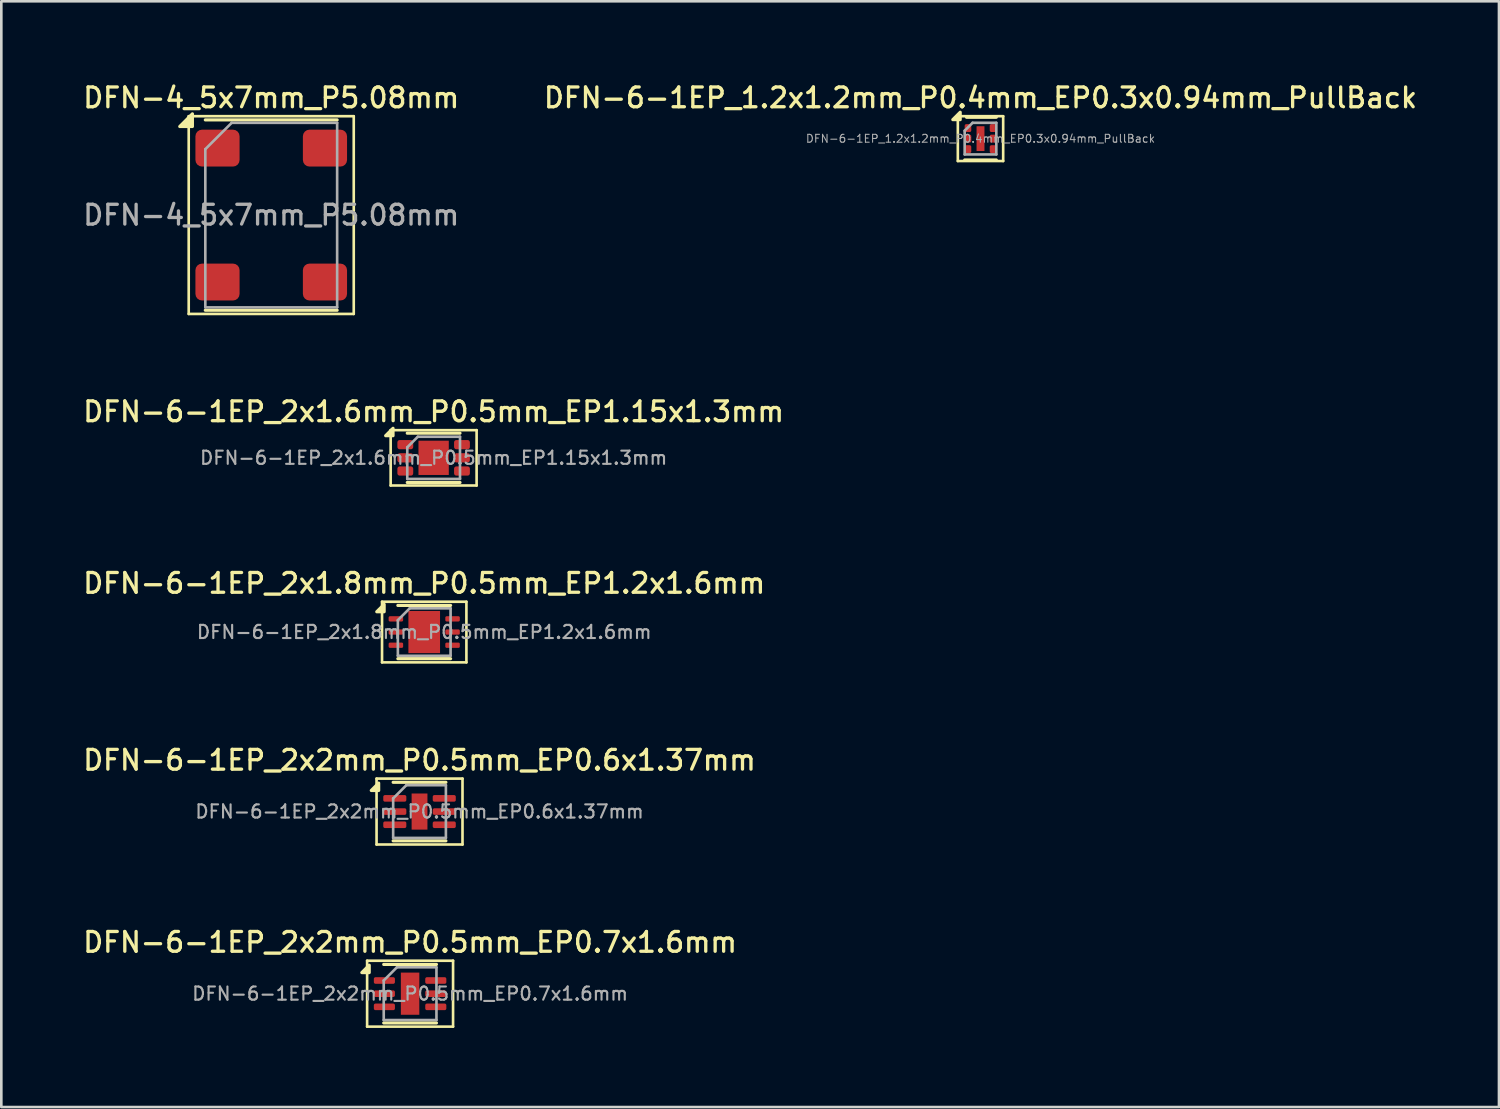
<source format=kicad_pcb>
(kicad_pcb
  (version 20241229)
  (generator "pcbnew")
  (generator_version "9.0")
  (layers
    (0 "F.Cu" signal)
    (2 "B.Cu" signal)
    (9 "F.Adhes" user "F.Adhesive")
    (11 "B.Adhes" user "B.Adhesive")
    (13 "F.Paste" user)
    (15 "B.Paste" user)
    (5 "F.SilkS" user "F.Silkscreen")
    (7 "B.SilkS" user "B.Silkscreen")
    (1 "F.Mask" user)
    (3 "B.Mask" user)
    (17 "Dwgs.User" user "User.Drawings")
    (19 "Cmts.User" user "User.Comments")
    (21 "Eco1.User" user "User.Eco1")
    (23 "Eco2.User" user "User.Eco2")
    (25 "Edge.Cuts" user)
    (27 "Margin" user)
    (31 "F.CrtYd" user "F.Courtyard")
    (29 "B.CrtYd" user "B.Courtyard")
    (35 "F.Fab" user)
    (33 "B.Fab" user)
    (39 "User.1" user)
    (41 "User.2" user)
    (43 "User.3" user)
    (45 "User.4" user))
  (footprint "DFN-6-1EP_1.2x1.2mm_P0.4mm_EP0.3x0.94mm_PullBack"
    (layer "F.Cu")
    (at 34.141 2.208)
    (property "Reference" "DFN-6-1EP_1.2x1.2mm_P0.4mm_EP0.3x0.94mm_PullBack" (at 0 -1.55 0) (layer "F.SilkS") (effects (font (size 0.75 0.75) (thickness 0.125))))
    (attr smd)
    (fp_line (start -0.86 -0.85) (end -0.86 0.85) (stroke (width 0.1) (type solid)) (layer "F.SilkS"))
    (fp_line (start -0.86 0.85) (end 0.86 0.85) (stroke (width 0.1) (type solid)) (layer "F.SilkS"))
    (fp_line (start -0.6 0.81) (end 0.6 0.81) (stroke (width 0.12) (type solid)) (layer "F.SilkS"))
    (fp_line (start -0.53 -0.81) (end 0.6 -0.81) (stroke (width 0.12) (type solid)) (layer "F.SilkS"))
    (fp_line (start 0.86 -0.85) (end -0.86 -0.85) (stroke (width 0.1) (type solid)) (layer "F.SilkS"))
    (fp_line (start 0.86 0.85) (end 0.86 -0.85) (stroke (width 0.1) (type solid)) (layer "F.SilkS"))
    (fp_poly (pts (xy -0.77 -0.72) (xy -1.05 -0.72) (xy -0.77 -1) (xy -0.77 -0.72)) (stroke (width 0.12) (type solid)) (fill yes) (layer "F.SilkS"))
    (fp_line (start -0.6 -0.3) (end -0.3 -0.6) (stroke (width 0.1) (type solid)) (layer "F.Fab"))
    (fp_line (start -0.6 0.6) (end -0.6 -0.3) (stroke (width 0.1) (type solid)) (layer "F.Fab"))
    (fp_line (start -0.3 -0.6) (end 0.6 -0.6) (stroke (width 0.1) (type solid)) (layer "F.Fab"))
    (fp_line (start 0.6 -0.6) (end 0.6 0.6) (stroke (width 0.1) (type solid)) (layer "F.Fab"))
    (fp_line (start 0.6 0.6) (end -0.6 0.6) (stroke (width 0.1) (type solid)) (layer "F.Fab"))
    (fp_text user "${REFERENCE}" (at 0 0 0) (layer "F.Fab") (effects (font (size 0.3 0.3) (thickness 0.04))))
    (pad "" smd roundrect (at 0 -0.235) (size 0.24 0.38) (layers "F.Paste") (roundrect_rratio 0.25))
    (pad "" smd roundrect (at 0 0.235) (size 0.24 0.38) (layers "F.Paste") (roundrect_rratio 0.25))
    (pad "1" smd roundrect (at -0.475 -0.4) (size 0.25 0.3) (layers "F.Cu" "F.Mask" "F.Paste") (roundrect_rratio 0.25))
    (pad "2" smd roundrect (at -0.475 0) (size 0.25 0.3) (layers "F.Cu" "F.Mask" "F.Paste") (roundrect_rratio 0.25))
    (pad "3" smd roundrect (at -0.475 0.4) (size 0.25 0.3) (layers "F.Cu" "F.Mask" "F.Paste") (roundrect_rratio 0.25))
    (pad "4" smd roundrect (at 0.475 0.4) (size 0.25 0.3) (layers "F.Cu" "F.Mask" "F.Paste") (roundrect_rratio 0.25))
    (pad "5" smd roundrect (at 0.475 0) (size 0.25 0.3) (layers "F.Cu" "F.Mask" "F.Paste") (roundrect_rratio 0.25))
    (pad "6" smd roundrect (at 0.475 -0.4) (size 0.25 0.3) (layers "F.Cu" "F.Mask" "F.Paste") (roundrect_rratio 0.25))
    (pad "7" smd rect (at 0 0) (size 0.3 0.94) (property pad_prop_heatsink) (layers "F.Cu" "F.Mask")))
  (footprint "DFN-6-1EP_2x2mm_P0.5mm_EP0.7x1.6mm"
    (layer "F.Cu")
    (at 12.505 34.641)
    (property "Reference" "DFN-6-1EP_2x2mm_P0.5mm_EP0.7x1.6mm" (at 0 -1.95 0) (layer "F.SilkS") (effects (font (size 0.75 0.75) (thickness 0.125))))
    (attr smd)
    (fp_line (start -1.63 -1.25) (end -1.63 1.25) (stroke (width 0.1) (type solid)) (layer "F.SilkS"))
    (fp_line (start -1.63 1.25) (end 1.63 1.25) (stroke (width 0.1) (type solid)) (layer "F.SilkS"))
    (fp_line (start -1 -1.11) (end 1 -1.11) (stroke (width 0.12) (type solid)) (layer "F.SilkS"))
    (fp_line (start -1 1.11) (end 1 1.11) (stroke (width 0.12) (type solid)) (layer "F.SilkS"))
    (fp_line (start 1.63 -1.25) (end -1.63 -1.25) (stroke (width 0.1) (type solid)) (layer "F.SilkS"))
    (fp_line (start 1.63 1.25) (end 1.63 -1.25) (stroke (width 0.1) (type solid)) (layer "F.SilkS"))
    (fp_poly (pts (xy -1.55 -0.8) (xy -1.83 -0.8) (xy -1.55 -1.08) (xy -1.55 -0.8)) (stroke (width 0.12) (type solid)) (fill yes) (layer "F.SilkS"))
    (fp_line (start -1 -0.5) (end -0.5 -1) (stroke (width 0.1) (type solid)) (layer "F.Fab"))
    (fp_line (start -1 1) (end -1 -0.5) (stroke (width 0.1) (type solid)) (layer "F.Fab"))
    (fp_line (start -0.5 -1) (end 1 -1) (stroke (width 0.1) (type solid)) (layer "F.Fab"))
    (fp_line (start 1 -1) (end 1 1) (stroke (width 0.1) (type solid)) (layer "F.Fab"))
    (fp_line (start 1 1) (end -1 1) (stroke (width 0.1) (type solid)) (layer "F.Fab"))
    (fp_text user "${REFERENCE}" (at 0 0 0) (layer "F.Fab") (effects (font (size 0.5 0.5) (thickness 0.08))))
    (pad "" smd roundrect (at 0 -0.4) (size 0.56 0.64) (layers "F.Paste") (roundrect_rratio 0.25))
    (pad "" smd roundrect (at 0 0.4) (size 0.56 0.64) (layers "F.Paste") (roundrect_rratio 0.25))
    (pad "1" smd roundrect (at -0.975 -0.5) (size 0.8 0.25) (layers "F.Cu" "F.Mask" "F.Paste") (roundrect_rratio 0.25))
    (pad "2" smd roundrect (at -0.975 0) (size 0.8 0.25) (layers "F.Cu" "F.Mask" "F.Paste") (roundrect_rratio 0.25))
    (pad "3" smd roundrect (at -0.975 0.5) (size 0.8 0.25) (layers "F.Cu" "F.Mask" "F.Paste") (roundrect_rratio 0.25))
    (pad "4" smd roundrect (at 0.975 0.5) (size 0.8 0.25) (layers "F.Cu" "F.Mask" "F.Paste") (roundrect_rratio 0.25))
    (pad "5" smd roundrect (at 0.975 0) (size 0.8 0.25) (layers "F.Cu" "F.Mask" "F.Paste") (roundrect_rratio 0.25))
    (pad "6" smd roundrect (at 0.975 -0.5) (size 0.8 0.25) (layers "F.Cu" "F.Mask" "F.Paste") (roundrect_rratio 0.25))
    (pad "7" smd rect (at 0 0) (size 0.7 1.6) (property pad_prop_heatsink) (layers "F.Cu" "F.Mask")))
  (footprint "DFN-4_5x7mm_P5.08mm"
    (layer "F.Cu")
    (at 7.238 5.108)
    (property "Reference" "DFN-4_5x7mm_P5.08mm" (at 0 -4.45 0) (layer "F.SilkS") (effects (font (size 0.75 0.75) (thickness 0.125))))
    (attr smd)
    (fp_line (start -3.13 -3.75) (end -3.13 3.75) (stroke (width 0.1) (type solid)) (layer "F.SilkS"))
    (fp_line (start -3.13 3.75) (end 3.13 3.75) (stroke (width 0.1) (type solid)) (layer "F.SilkS"))
    (fp_line (start -2.5 -3.61) (end 2.5 -3.61) (stroke (width 0.12) (type solid)) (layer "F.SilkS"))
    (fp_line (start -2.5 3.61) (end 2.5 3.61) (stroke (width 0.12) (type solid)) (layer "F.SilkS"))
    (fp_line (start 3.13 -3.75) (end -3.13 -3.75) (stroke (width 0.1) (type solid)) (layer "F.SilkS"))
    (fp_line (start 3.13 3.75) (end 3.13 -3.75) (stroke (width 0.1) (type solid)) (layer "F.SilkS"))
    (fp_poly (pts (xy -2.99 -3.36) (xy -3.47 -3.36) (xy -2.99 -3.84) (xy -2.99 -3.36)) (stroke (width 0.12) (type solid)) (fill yes) (layer "F.SilkS"))
    (fp_line (start -2.5 -2.5) (end -1.5 -3.5) (stroke (width 0.1) (type solid)) (layer "F.Fab"))
    (fp_line (start -2.5 3.5) (end -2.5 -2.5) (stroke (width 0.1) (type solid)) (layer "F.Fab"))
    (fp_line (start -1.5 -3.5) (end 2.5 -3.5) (stroke (width 0.1) (type solid)) (layer "F.Fab"))
    (fp_line (start 2.5 -3.5) (end 2.5 3.5) (stroke (width 0.1) (type solid)) (layer "F.Fab"))
    (fp_line (start 2.5 3.5) (end -2.5 3.5) (stroke (width 0.1) (type solid)) (layer "F.Fab"))
    (fp_text user "${REFERENCE}" (at 0 0 0) (layer "F.Fab") (effects (font (size 0.75 0.75) (thickness 0.125))))
    (pad "1" smd roundrect (at -2.038 -2.54) (size 1.675 1.4) (layers "F.Cu" "F.Mask" "F.Paste") (roundrect_rratio 0.179))
    (pad "2" smd roundrect (at -2.038 2.54) (size 1.675 1.4) (layers "F.Cu" "F.Mask" "F.Paste") (roundrect_rratio 0.179))
    (pad "3" smd roundrect (at 2.038 2.54) (size 1.675 1.4) (layers "F.Cu" "F.Mask" "F.Paste") (roundrect_rratio 0.179))
    (pad "4" smd roundrect (at 2.038 -2.54) (size 1.675 1.4) (layers "F.Cu" "F.Mask" "F.Paste") (roundrect_rratio 0.179))
    (zone (net_name "") (layer "F.Cu") (name "Keepout") (hatch edge 0.5) (connect_pads) (min_thickness 0.25) (filled_areas_thickness no) (keepout (tracks not_allowed) (vias not_allowed) (pads allowed) (copperpour not_allowed) (footprints allowed)) (placement (enabled no)) (fill) (polygon (pts (xy 5.338 3.858) (xy 9.138 3.858) (xy 9.138 6.358) (xy 5.338 6.358)))))
  (footprint "DFN-6-1EP_2x1.6mm_P0.5mm_EP1.15x1.3mm"
    (layer "F.Cu")
    (at 13.398 14.316)
    (property "Reference" "DFN-6-1EP_2x1.6mm_P0.5mm_EP1.15x1.3mm" (at 0 -1.75 0) (layer "F.SilkS") (effects (font (size 0.75 0.75) (thickness 0.125))))
    (attr smd)
    (fp_line (start -1.63 -1.05) (end -1.63 1.05) (stroke (width 0.1) (type solid)) (layer "F.SilkS"))
    (fp_line (start -1.63 1.05) (end 1.63 1.05) (stroke (width 0.1) (type solid)) (layer "F.SilkS"))
    (fp_line (start -1 -0.935) (end 1 -0.935) (stroke (width 0.12) (type solid)) (layer "F.SilkS"))
    (fp_line (start -1 0.935) (end 1 0.935) (stroke (width 0.12) (type solid)) (layer "F.SilkS"))
    (fp_line (start 1.63 -1.05) (end -1.63 -1.05) (stroke (width 0.1) (type solid)) (layer "F.SilkS"))
    (fp_line (start 1.63 1.05) (end 1.63 -1.05) (stroke (width 0.1) (type solid)) (layer "F.SilkS"))
    (fp_poly (pts (xy -1.54 -0.84) (xy -1.82 -0.84) (xy -1.54 -1.12) (xy -1.54 -0.84)) (stroke (width 0.12) (type solid)) (fill yes) (layer "F.SilkS"))
    (fp_line (start -1 -0.4) (end -0.6 -0.8) (stroke (width 0.1) (type solid)) (layer "F.Fab"))
    (fp_line (start -1 0.8) (end -1 -0.4) (stroke (width 0.1) (type solid)) (layer "F.Fab"))
    (fp_line (start -0.6 -0.8) (end 1 -0.8) (stroke (width 0.1) (type solid)) (layer "F.Fab"))
    (fp_line (start 1 -0.8) (end 1 0.8) (stroke (width 0.1) (type solid)) (layer "F.Fab"))
    (fp_line (start 1 0.8) (end -1 0.8) (stroke (width 0.1) (type solid)) (layer "F.Fab"))
    (fp_text user "${REFERENCE}" (at 0 0 0) (layer "F.Fab") (effects (font (size 0.5 0.5) (thickness 0.08))))
    (pad "" smd roundrect (at 0 -0.325) (size 0.93 0.52) (layers "F.Paste") (roundrect_rratio 0.25))
    (pad "" smd roundrect (at 0 0.325) (size 0.93 0.52) (layers "F.Paste") (roundrect_rratio 0.25))
    (pad "1" smd roundrect (at -1.075 -0.5) (size 0.6 0.35) (layers "F.Cu" "F.Mask" "F.Paste") (roundrect_rratio 0.25))
    (pad "2" smd roundrect (at -1.075 0) (size 0.6 0.35) (layers "F.Cu" "F.Mask" "F.Paste") (roundrect_rratio 0.25))
    (pad "3" smd roundrect (at -1.075 0.5) (size 0.6 0.35) (layers "F.Cu" "F.Mask" "F.Paste") (roundrect_rratio 0.25))
    (pad "4" smd roundrect (at 1.075 0.5) (size 0.6 0.35) (layers "F.Cu" "F.Mask" "F.Paste") (roundrect_rratio 0.25))
    (pad "5" smd roundrect (at 1.075 0) (size 0.6 0.35) (layers "F.Cu" "F.Mask" "F.Paste") (roundrect_rratio 0.25))
    (pad "6" smd roundrect (at 1.075 -0.5) (size 0.6 0.35) (layers "F.Cu" "F.Mask" "F.Paste") (roundrect_rratio 0.25))
    (pad "7" smd rect (at 0 0) (size 1.15 1.3) (property pad_prop_heatsink) (layers "F.Cu" "F.Mask")))
  (footprint "DFN-6-1EP_2x1.8mm_P0.5mm_EP1.2x1.6mm"
    (layer "F.Cu")
    (at 13.041 20.924)
    (property "Reference" "DFN-6-1EP_2x1.8mm_P0.5mm_EP1.2x1.6mm" (at 0 -1.85 0) (layer "F.SilkS") (effects (font (size 0.75 0.75) (thickness 0.125))))
    (attr smd)
    (fp_line (start -1.6 -1.15) (end -1.6 1.15) (stroke (width 0.1) (type solid)) (layer "F.SilkS"))
    (fp_line (start -1.6 1.15) (end 1.6 1.15) (stroke (width 0.1) (type solid)) (layer "F.SilkS"))
    (fp_line (start -1 -1.01) (end 1 -1.01) (stroke (width 0.12) (type solid)) (layer "F.SilkS"))
    (fp_line (start -1 1.01) (end 1 1.01) (stroke (width 0.12) (type solid)) (layer "F.SilkS"))
    (fp_line (start 1.6 -1.15) (end -1.6 -1.15) (stroke (width 0.1) (type solid)) (layer "F.SilkS"))
    (fp_line (start 1.6 1.15) (end 1.6 -1.15) (stroke (width 0.1) (type solid)) (layer "F.SilkS"))
    (fp_poly (pts (xy -1.52 -0.77) (xy -1.8 -0.77) (xy -1.52 -1.05) (xy -1.52 -0.77)) (stroke (width 0.12) (type solid)) (fill yes) (layer "F.SilkS"))
    (fp_line (start -1 -0.45) (end -0.55 -0.9) (stroke (width 0.1) (type solid)) (layer "F.Fab"))
    (fp_line (start -1 0.9) (end -1 -0.45) (stroke (width 0.1) (type solid)) (layer "F.Fab"))
    (fp_line (start -0.55 -0.9) (end 1 -0.9) (stroke (width 0.1) (type solid)) (layer "F.Fab"))
    (fp_line (start 1 -0.9) (end 1 0.9) (stroke (width 0.1) (type solid)) (layer "F.Fab"))
    (fp_line (start 1 0.9) (end -1 0.9) (stroke (width 0.1) (type solid)) (layer "F.Fab"))
    (fp_text user "${REFERENCE}" (at 0 0 0) (layer "F.Fab") (effects (font (size 0.5 0.5) (thickness 0.08))))
    (pad "" smd roundrect (at -0.3 -0.4) (size 0.48 0.64) (layers "F.Paste") (roundrect_rratio 0.25))
    (pad "" smd roundrect (at -0.3 0.4) (size 0.48 0.64) (layers "F.Paste") (roundrect_rratio 0.25))
    (pad "" smd roundrect (at 0.3 -0.4) (size 0.48 0.64) (layers "F.Paste") (roundrect_rratio 0.25))
    (pad "" smd roundrect (at 0.3 0.4) (size 0.48 0.64) (layers "F.Paste") (roundrect_rratio 0.25))
    (pad "1" smd roundrect (at -1.075 -0.5) (size 0.55 0.2) (layers "F.Cu" "F.Mask" "F.Paste") (roundrect_rratio 0.25))
    (pad "2" smd roundrect (at -1.075 0) (size 0.55 0.2) (layers "F.Cu" "F.Mask" "F.Paste") (roundrect_rratio 0.25))
    (pad "3" smd roundrect (at -1.075 0.5) (size 0.55 0.2) (layers "F.Cu" "F.Mask" "F.Paste") (roundrect_rratio 0.25))
    (pad "4" smd roundrect (at 1.075 0.5) (size 0.55 0.2) (layers "F.Cu" "F.Mask" "F.Paste") (roundrect_rratio 0.25))
    (pad "5" smd roundrect (at 1.075 0) (size 0.55 0.2) (layers "F.Cu" "F.Mask" "F.Paste") (roundrect_rratio 0.25))
    (pad "6" smd roundrect (at 1.075 -0.5) (size 0.55 0.2) (layers "F.Cu" "F.Mask" "F.Paste") (roundrect_rratio 0.25))
    (pad "7" smd rect (at 0 0) (size 1.2 1.6) (property pad_prop_heatsink) (layers "F.Cu" "F.Mask")))
  (footprint "DFN-6-1EP_2x2mm_P0.5mm_EP0.6x1.37mm"
    (layer "F.Cu")
    (at 12.863 27.733)
    (property "Reference" "DFN-6-1EP_2x2mm_P0.5mm_EP0.6x1.37mm" (at 0 -1.95 0) (layer "F.SilkS") (effects (font (size 0.75 0.75) (thickness 0.125))))
    (attr smd)
    (fp_line (start -1.63 -1.25) (end -1.63 1.25) (stroke (width 0.1) (type solid)) (layer "F.SilkS"))
    (fp_line (start -1.63 1.25) (end 1.63 1.25) (stroke (width 0.1) (type solid)) (layer "F.SilkS"))
    (fp_line (start -1 -1.11) (end 1 -1.11) (stroke (width 0.12) (type solid)) (layer "F.SilkS"))
    (fp_line (start -1 1.11) (end 1 1.11) (stroke (width 0.12) (type solid)) (layer "F.SilkS"))
    (fp_line (start 1.63 -1.25) (end -1.63 -1.25) (stroke (width 0.1) (type solid)) (layer "F.SilkS"))
    (fp_line (start 1.63 1.25) (end 1.63 -1.25) (stroke (width 0.1) (type solid)) (layer "F.SilkS"))
    (fp_poly (pts (xy -1.55 -0.8) (xy -1.83 -0.8) (xy -1.55 -1.08) (xy -1.55 -0.8)) (stroke (width 0.12) (type solid)) (fill yes) (layer "F.SilkS"))
    (fp_line (start -1 -0.5) (end -0.5 -1) (stroke (width 0.1) (type solid)) (layer "F.Fab"))
    (fp_line (start -1 1) (end -1 -0.5) (stroke (width 0.1) (type solid)) (layer "F.Fab"))
    (fp_line (start -0.5 -1) (end 1 -1) (stroke (width 0.1) (type solid)) (layer "F.Fab"))
    (fp_line (start 1 -1) (end 1 1) (stroke (width 0.1) (type solid)) (layer "F.Fab"))
    (fp_line (start 1 1) (end -1 1) (stroke (width 0.1) (type solid)) (layer "F.Fab"))
    (fp_text user "${REFERENCE}" (at 0 0 0) (layer "F.Fab") (effects (font (size 0.5 0.5) (thickness 0.08))))
    (pad "" smd roundrect (at 0 -0.34) (size 0.48 0.55) (layers "F.Paste") (roundrect_rratio 0.25))
    (pad "" smd roundrect (at 0 0.34) (size 0.48 0.55) (layers "F.Paste") (roundrect_rratio 0.25))
    (pad "1" smd roundrect (at -0.938 -0.5) (size 0.875 0.25) (layers "F.Cu" "F.Mask" "F.Paste") (roundrect_rratio 0.25))
    (pad "2" smd roundrect (at -0.938 0) (size 0.875 0.25) (layers "F.Cu" "F.Mask" "F.Paste") (roundrect_rratio 0.25))
    (pad "3" smd roundrect (at -0.938 0.5) (size 0.875 0.25) (layers "F.Cu" "F.Mask" "F.Paste") (roundrect_rratio 0.25))
    (pad "4" smd roundrect (at 0.938 0.5) (size 0.875 0.25) (layers "F.Cu" "F.Mask" "F.Paste") (roundrect_rratio 0.25))
    (pad "5" smd roundrect (at 0.938 0) (size 0.875 0.25) (layers "F.Cu" "F.Mask" "F.Paste") (roundrect_rratio 0.25))
    (pad "6" smd roundrect (at 0.938 -0.5) (size 0.875 0.25) (layers "F.Cu" "F.Mask" "F.Paste") (roundrect_rratio 0.25))
    (pad "7" smd rect (at 0 0) (size 0.6 1.37) (property pad_prop_heatsink) (layers "F.Cu" "F.Mask")))
  (gr_rect
    (start -3 -3)
    (end 53.807 38.941)
    (stroke (width 0.1) (type default))
    (fill no)
    (layer "Edge.Cuts")))
</source>
